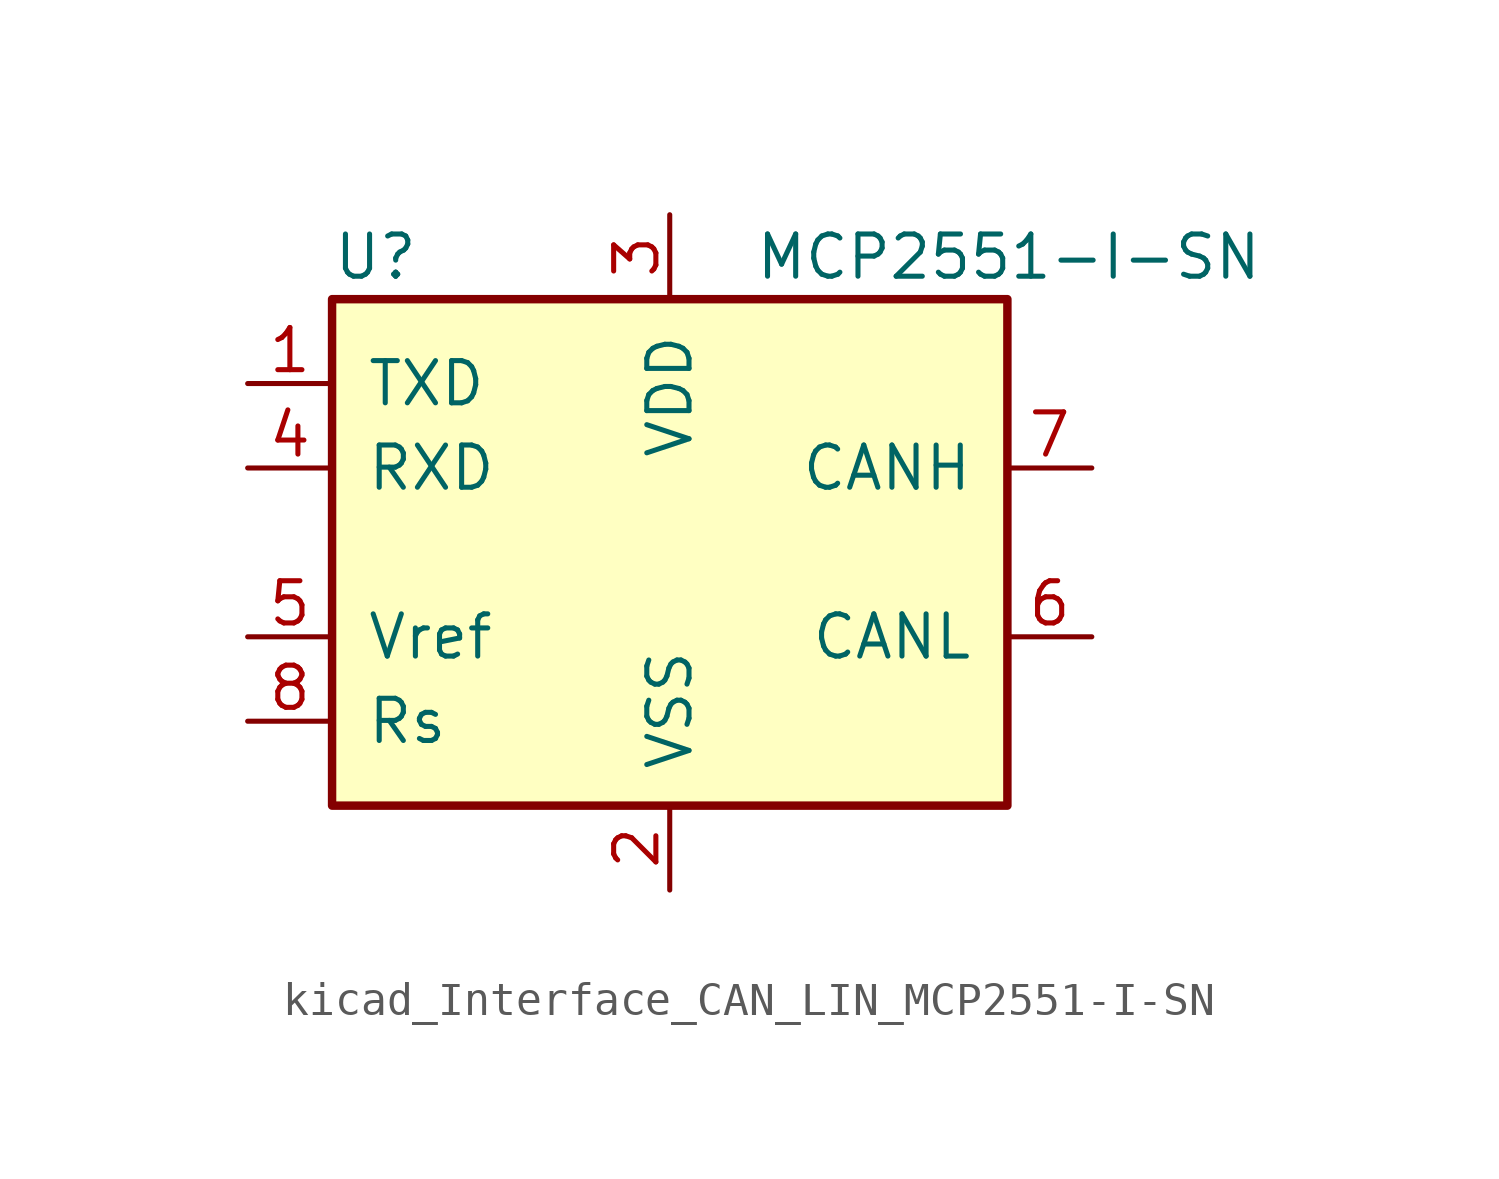
<source format=kicad_sym>
(kicad_symbol_lib
  (version 20220914)
  (generator kicad_symbol_editor)
  (symbol "kicad_Interface_CAN_LIN_MCP2551-I-SN"
    (pin_names
      (offset 1.016))
    (property "Reference" "U"
      (at -10.16 8.89 0)
      (effects (font (size 1.27 1.27)) (justify left)))
    (property "Value" "MCP2551-I-SN"
      (at 2.54 8.89 0)
      (effects (font (size 1.27 1.27)) (justify left)))
    (symbol "kicad_Interface_CAN_LIN_MCP2551-I-SN_0_1"
      (rectangle (start -10.16 7.62) (end 10.16 -7.62) (stroke (width 0.254) (type default)) (fill (type background))))
    (symbol "kicad_Interface_CAN_LIN_MCP2551-I-SN_1_1"
      (pin input line (at -12.7 5.08 0) (length 2.54) (name "TXD" (effects (font (size 1.27 1.27)))) (number "1" (effects (font (size 1.27 1.27)))))
      (pin power_in line (at 0 -10.16 90) (length 2.54) (name "VSS" (effects (font (size 1.27 1.27)))) (number "2" (effects (font (size 1.27 1.27)))))
      (pin power_in line (at 0 10.16 270) (length 2.54) (name "VDD" (effects (font (size 1.27 1.27)))) (number "3" (effects (font (size 1.27 1.27)))))
      (pin output line (at -12.7 2.54 0) (length 2.54) (name "RXD" (effects (font (size 1.27 1.27)))) (number "4" (effects (font (size 1.27 1.27)))))
      (pin power_out line (at -12.7 -2.54 0) (length 2.54) (name "Vref" (effects (font (size 1.27 1.27)))) (number "5" (effects (font (size 1.27 1.27)))))
      (pin bidirectional line (at 12.7 -2.54 180) (length 2.54) (name "CANL" (effects (font (size 1.27 1.27)))) (number "6" (effects (font (size 1.27 1.27)))))
      (pin bidirectional line (at 12.7 2.54 180) (length 2.54) (name "CANH" (effects (font (size 1.27 1.27)))) (number "7" (effects (font (size 1.27 1.27)))))
      (pin input line (at -12.7 -5.08 0) (length 2.54) (name "Rs" (effects (font (size 1.27 1.27)))) (number "8" (effects (font (size 1.27 1.27))))))))
</source>
